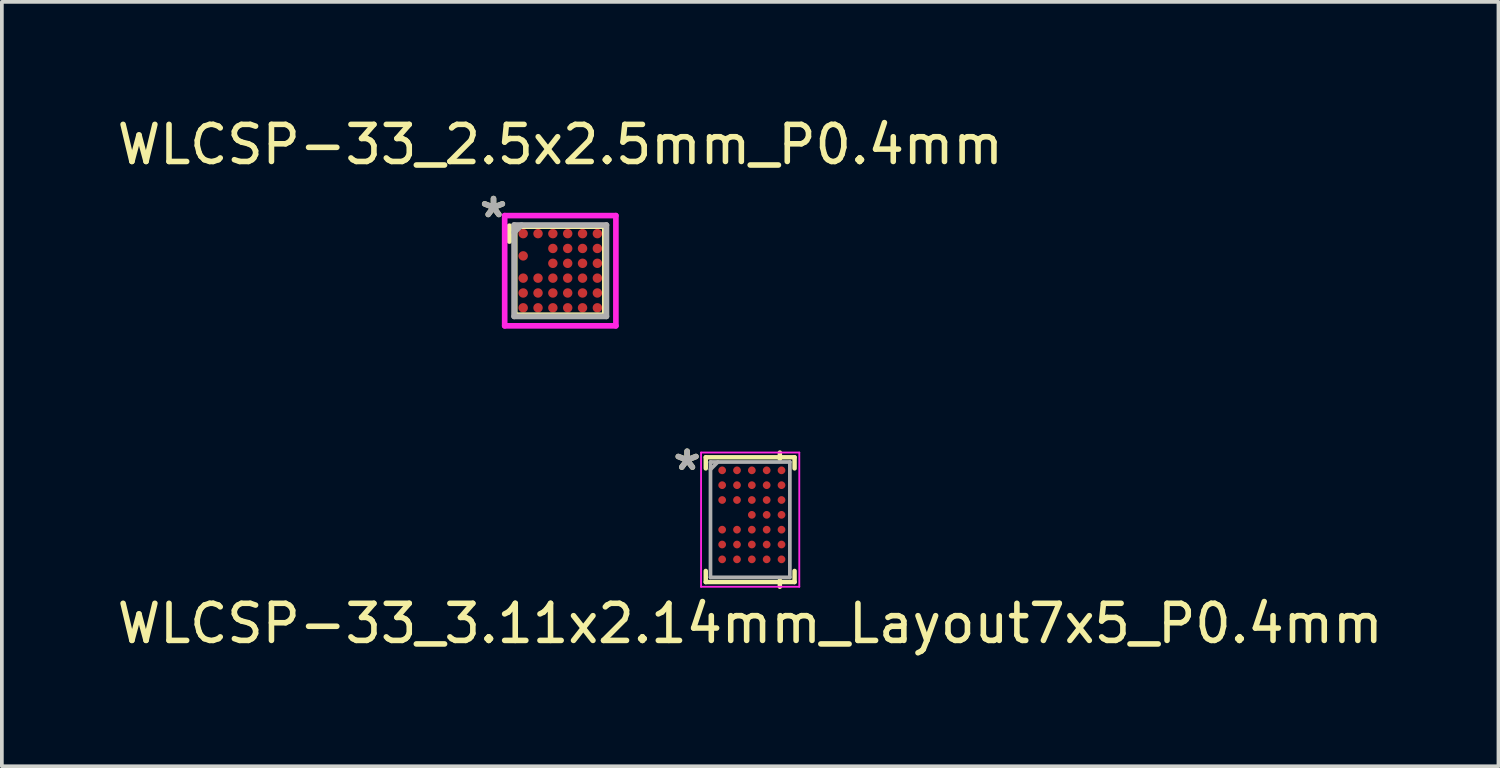
<source format=kicad_pcb>
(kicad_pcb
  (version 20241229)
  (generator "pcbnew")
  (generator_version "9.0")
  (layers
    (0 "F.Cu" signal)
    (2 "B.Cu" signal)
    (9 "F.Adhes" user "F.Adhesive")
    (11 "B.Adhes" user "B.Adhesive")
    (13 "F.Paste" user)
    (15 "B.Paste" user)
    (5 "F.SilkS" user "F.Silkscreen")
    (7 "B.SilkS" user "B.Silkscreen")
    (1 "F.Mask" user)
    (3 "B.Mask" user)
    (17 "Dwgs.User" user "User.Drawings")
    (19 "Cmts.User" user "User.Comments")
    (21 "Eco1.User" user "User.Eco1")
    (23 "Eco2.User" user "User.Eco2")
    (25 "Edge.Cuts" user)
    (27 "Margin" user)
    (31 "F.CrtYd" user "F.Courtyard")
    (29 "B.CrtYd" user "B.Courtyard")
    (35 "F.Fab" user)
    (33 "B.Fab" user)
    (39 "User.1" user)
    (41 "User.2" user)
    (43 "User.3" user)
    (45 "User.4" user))
  (footprint "WLCSP-33_3.11x2.14mm_Layout7x5_P0.4mm"
    (layer "F.Cu")
    (at 17.173 10.959)
    (property "Reference" "WLCSP-33_3.11x2.14mm_Layout7x5_P0.4mm" (at 0 2.8 0) (layer "F.SilkS") (effects (font (size 1 1) (thickness 0.15))))
    (attr through_hole)
    (fp_line (start -1.197 -1.682) (end -1.197 -1.382) (stroke (width 0.12) (type solid)) (layer "F.SilkS"))
    (fp_line (start -1.197 1.382) (end -1.197 1.682) (stroke (width 0.12) (type solid)) (layer "F.SilkS"))
    (fp_line (start -1.197 1.682) (end 1.197 1.682) (stroke (width 0.12) (type solid)) (layer "F.SilkS"))
    (fp_line (start 0.8 -1.637) (end 0.8 -1.809) (stroke (width 0.12) (type solid)) (layer "F.SilkS"))
    (fp_line (start 0.8 1.637) (end 0.8 1.809) (stroke (width 0.12) (type solid)) (layer "F.SilkS"))
    (fp_line (start 1.197 -1.682) (end -1.197 -1.682) (stroke (width 0.12) (type solid)) (layer "F.SilkS"))
    (fp_line (start 1.197 -1.382) (end 1.197 -1.682) (stroke (width 0.12) (type solid)) (layer "F.SilkS"))
    (fp_line (start 1.197 1.682) (end 1.197 1.382) (stroke (width 0.12) (type solid)) (layer "F.SilkS"))
    (fp_line (start -1.324 -1.809) (end 1.324 -1.809) (stroke (width 0.05) (type solid)) (layer "F.CrtYd"))
    (fp_line (start -1.324 1.809) (end -1.324 -1.809) (stroke (width 0.05) (type solid)) (layer "F.CrtYd"))
    (fp_line (start 1.324 -1.809) (end 1.324 1.809) (stroke (width 0.05) (type solid)) (layer "F.CrtYd"))
    (fp_line (start 1.324 1.809) (end -1.324 1.809) (stroke (width 0.05) (type solid)) (layer "F.CrtYd"))
    (fp_line (start -1.07 -1.555) (end -1.07 1.555) (stroke (width 0.1) (type solid)) (layer "F.Fab"))
    (fp_line (start -1.07 1.555) (end 1.07 1.555) (stroke (width 0.1) (type solid)) (layer "F.Fab"))
    (fp_line (start -0.87 -1.555) (end -1.07 -1.355) (stroke (width 0.1) (type solid)) (layer "F.Fab"))
    (fp_line (start 1.07 -1.555) (end -1.07 -1.555) (stroke (width 0.1) (type solid)) (layer "F.Fab"))
    (fp_line (start 1.07 1.555) (end 1.07 -1.555) (stroke (width 0.1) (type solid)) (layer "F.Fab"))
    (fp_text user "*" (at -1.7 -1.3 0) (layer "F.SilkS") (effects (font (size 1 1) (thickness 0.15))))
    (fp_text user "*" (at -1.7 -1.3 0) (layer "F.Fab") (effects (font (size 1 1) (thickness 0.15))))
    (pad "A1" smd circle (at -0.755 -1.33) (size 0.208 0.208) (layers "F.Cu" "F.Mask" "F.Paste"))
    (pad "A2" smd circle (at -0.355 -1.33) (size 0.208 0.208) (layers "F.Cu" "F.Mask" "F.Paste"))
    (pad "A3" smd circle (at 0.045 -1.33) (size 0.208 0.208) (layers "F.Cu" "F.Mask" "F.Paste"))
    (pad "A4" smd circle (at 0.445 -1.33) (size 0.208 0.208) (layers "F.Cu" "F.Mask" "F.Paste"))
    (pad "A5" smd circle (at 0.845 -1.33) (size 0.208 0.208) (layers "F.Cu" "F.Mask" "F.Paste"))
    (pad "B1" smd circle (at -0.755 -0.93) (size 0.208 0.208) (layers "F.Cu" "F.Mask" "F.Paste"))
    (pad "B2" smd circle (at -0.355 -0.93) (size 0.208 0.208) (layers "F.Cu" "F.Mask" "F.Paste"))
    (pad "B3" smd circle (at 0.045 -0.93) (size 0.208 0.208) (layers "F.Cu" "F.Mask" "F.Paste"))
    (pad "B4" smd circle (at 0.445 -0.93) (size 0.208 0.208) (layers "F.Cu" "F.Mask" "F.Paste"))
    (pad "B5" smd circle (at 0.845 -0.93) (size 0.208 0.208) (layers "F.Cu" "F.Mask" "F.Paste"))
    (pad "C1" smd circle (at -0.755 -0.53) (size 0.208 0.208) (layers "F.Cu" "F.Mask" "F.Paste"))
    (pad "C2" smd circle (at -0.355 -0.53) (size 0.208 0.208) (layers "F.Cu" "F.Mask" "F.Paste"))
    (pad "C3" smd circle (at 0.045 -0.53) (size 0.208 0.208) (layers "F.Cu" "F.Mask" "F.Paste"))
    (pad "C4" smd circle (at 0.445 -0.53) (size 0.208 0.208) (layers "F.Cu" "F.Mask" "F.Paste"))
    (pad "C5" smd circle (at 0.845 -0.53) (size 0.208 0.208) (layers "F.Cu" "F.Mask" "F.Paste"))
    (pad "D3" smd circle (at 0.045 -0.13) (size 0.208 0.208) (layers "F.Cu" "F.Mask" "F.Paste"))
    (pad "D4" smd circle (at 0.445 -0.13) (size 0.208 0.208) (layers "F.Cu" "F.Mask" "F.Paste"))
    (pad "D5" smd circle (at 0.845 -0.13) (size 0.208 0.208) (layers "F.Cu" "F.Mask" "F.Paste"))
    (pad "E1" smd circle (at -0.755 0.27) (size 0.208 0.208) (layers "F.Cu" "F.Mask" "F.Paste"))
    (pad "E2" smd circle (at -0.355 0.27) (size 0.208 0.208) (layers "F.Cu" "F.Mask" "F.Paste"))
    (pad "E3" smd circle (at 0.045 0.27) (size 0.208 0.208) (layers "F.Cu" "F.Mask" "F.Paste"))
    (pad "E4" smd circle (at 0.445 0.27) (size 0.208 0.208) (layers "F.Cu" "F.Mask" "F.Paste"))
    (pad "E5" smd circle (at 0.845 0.27) (size 0.208 0.208) (layers "F.Cu" "F.Mask" "F.Paste"))
    (pad "F1" smd circle (at -0.755 0.67) (size 0.208 0.208) (layers "F.Cu" "F.Mask" "F.Paste"))
    (pad "F2" smd circle (at -0.355 0.67) (size 0.208 0.208) (layers "F.Cu" "F.Mask" "F.Paste"))
    (pad "F3" smd circle (at 0.045 0.67) (size 0.208 0.208) (layers "F.Cu" "F.Mask" "F.Paste"))
    (pad "F4" smd circle (at 0.445 0.67) (size 0.208 0.208) (layers "F.Cu" "F.Mask" "F.Paste"))
    (pad "F5" smd circle (at 0.845 0.67) (size 0.208 0.208) (layers "F.Cu" "F.Mask" "F.Paste"))
    (pad "G1" smd circle (at -0.755 1.07) (size 0.208 0.208) (layers "F.Cu" "F.Mask" "F.Paste"))
    (pad "G2" smd circle (at -0.355 1.07) (size 0.208 0.208) (layers "F.Cu" "F.Mask" "F.Paste"))
    (pad "G3" smd circle (at 0.045 1.07) (size 0.208 0.208) (layers "F.Cu" "F.Mask" "F.Paste"))
    (pad "G4" smd circle (at 0.445 1.07) (size 0.208 0.208) (layers "F.Cu" "F.Mask" "F.Paste"))
    (pad "G5" smd circle (at 0.845 1.07) (size 0.208 0.208) (layers "F.Cu" "F.Mask" "F.Paste")))
  (footprint "WLCSP-33_2.5x2.5mm_P0.4mm"
    (layer "F.Cu")
    (at 12.054 4.248)
    (property "Reference" "WLCSP-33_2.5x2.5mm_P0.4mm" (at 0 -3.4 0) (layer "F.SilkS") (effects (font (size 1 1) (thickness 0.15))))
    (attr through_hole)
    (fp_line (start -1.372 -1.2) (end -1.372 -0.8) (stroke (width 0.152) (type solid)) (layer "F.SilkS"))
    (fp_line (start -1.228 1.2) (end -1.228 -1.2) (stroke (width 0.152) (type solid)) (layer "F.SilkS"))
    (fp_line (start -1.2 -1.2) (end 1.2 -1.2) (stroke (width 0.152) (type solid)) (layer "F.SilkS"))
    (fp_line (start -1.2 1.2) (end 1.2 1.2) (stroke (width 0.152) (type solid)) (layer "F.SilkS"))
    (fp_line (start 1.2 1.2) (end 1.2 -1.2) (stroke (width 0.152) (type solid)) (layer "F.SilkS"))
    (fp_line (start -1.499 -1.486) (end 1.499 -1.486) (stroke (width 0.152) (type solid)) (layer "F.CrtYd"))
    (fp_line (start -1.499 1.486) (end -1.499 -1.486) (stroke (width 0.152) (type solid)) (layer "F.CrtYd"))
    (fp_line (start 1.499 -1.486) (end 1.499 1.486) (stroke (width 0.152) (type solid)) (layer "F.CrtYd"))
    (fp_line (start 1.499 1.486) (end -1.499 1.486) (stroke (width 0.152) (type solid)) (layer "F.CrtYd"))
    (fp_line (start -1.245 -1.232) (end -1.245 1.232) (stroke (width 0.152) (type solid)) (layer "F.Fab"))
    (fp_line (start -1.245 1.232) (end 1.245 1.232) (stroke (width 0.152) (type solid)) (layer "F.Fab"))
    (fp_line (start -1.045 -1.232) (end -1.245 -1.032) (stroke (width 0.152) (type solid)) (layer "F.Fab"))
    (fp_line (start 1.245 -1.232) (end -1.245 -1.232) (stroke (width 0.152) (type solid)) (layer "F.Fab"))
    (fp_line (start 1.245 1.232) (end 1.245 -1.232) (stroke (width 0.152) (type solid)) (layer "F.Fab"))
    (fp_text user "*" (at -1.8 -1.4 0) (layer "F.SilkS") (effects (font (size 1 1) (thickness 0.15))))
    (fp_text user "*" (at -1.8 -1.4 0) (layer "F.Fab") (effects (font (size 1 1) (thickness 0.15))))
    (pad "A1" smd circle (at -1 -1) (size 0.254 0.254) (layers "F.Cu" "F.Mask" "F.Paste"))
    (pad "A2" smd circle (at -0.6 -1) (size 0.254 0.254) (layers "F.Cu" "F.Mask" "F.Paste"))
    (pad "A3" smd circle (at -0.2 -1) (size 0.254 0.254) (layers "F.Cu" "F.Mask" "F.Paste"))
    (pad "A4" smd circle (at 0.2 -1) (size 0.254 0.254) (layers "F.Cu" "F.Mask" "F.Paste"))
    (pad "A5" smd circle (at 0.6 -1) (size 0.254 0.254) (layers "F.Cu" "F.Mask" "F.Paste"))
    (pad "A6" smd circle (at 1 -1) (size 0.254 0.254) (layers "F.Cu" "F.Mask" "F.Paste"))
    (pad "B3" smd circle (at -0.2 -0.6) (size 0.254 0.254) (layers "F.Cu" "F.Mask" "F.Paste"))
    (pad "B4" smd circle (at 0.2 -0.6) (size 0.254 0.254) (layers "F.Cu" "F.Mask" "F.Paste"))
    (pad "B5" smd circle (at 0.6 -0.6) (size 0.254 0.254) (layers "F.Cu" "F.Mask" "F.Paste"))
    (pad "B6" smd circle (at 1 -0.6) (size 0.254 0.254) (layers "F.Cu" "F.Mask" "F.Paste"))
    (pad "C1" smd circle (at -1 -0.4) (size 0.254 0.254) (layers "F.Cu" "F.Mask" "F.Paste"))
    (pad "D3" smd circle (at -0.2 -0.2) (size 0.254 0.254) (layers "F.Cu" "F.Mask" "F.Paste"))
    (pad "D4" smd circle (at 0.2 -0.2) (size 0.254 0.254) (layers "F.Cu" "F.Mask" "F.Paste"))
    (pad "D5" smd circle (at 0.6 -0.2) (size 0.254 0.254) (layers "F.Cu" "F.Mask" "F.Paste"))
    (pad "D6" smd circle (at 1 -0.2) (size 0.254 0.254) (layers "F.Cu" "F.Mask" "F.Paste"))
    (pad "E1" smd circle (at -1 0.2) (size 0.254 0.254) (layers "F.Cu" "F.Mask" "F.Paste"))
    (pad "E2" smd circle (at -0.6 0.2) (size 0.254 0.254) (layers "F.Cu" "F.Mask" "F.Paste"))
    (pad "E3" smd circle (at -0.2 0.2) (size 0.254 0.254) (layers "F.Cu" "F.Mask" "F.Paste"))
    (pad "E4" smd circle (at 0.2 0.2) (size 0.254 0.254) (layers "F.Cu" "F.Mask" "F.Paste"))
    (pad "E5" smd circle (at 0.6 0.2) (size 0.254 0.254) (layers "F.Cu" "F.Mask" "F.Paste"))
    (pad "E6" smd circle (at 1 0.2) (size 0.254 0.254) (layers "F.Cu" "F.Mask" "F.Paste"))
    (pad "F1" smd circle (at -1 0.6) (size 0.254 0.254) (layers "F.Cu" "F.Mask" "F.Paste"))
    (pad "F2" smd circle (at -0.6 0.6) (size 0.254 0.254) (layers "F.Cu" "F.Mask" "F.Paste"))
    (pad "F3" smd circle (at -0.2 0.6) (size 0.254 0.254) (layers "F.Cu" "F.Mask" "F.Paste"))
    (pad "F4" smd circle (at 0.2 0.6) (size 0.254 0.254) (layers "F.Cu" "F.Mask" "F.Paste"))
    (pad "F5" smd circle (at 0.6 0.6) (size 0.254 0.254) (layers "F.Cu" "F.Mask" "F.Paste"))
    (pad "F6" smd circle (at 1 0.6) (size 0.254 0.254) (layers "F.Cu" "F.Mask" "F.Paste"))
    (pad "G1" smd circle (at -1 1) (size 0.254 0.254) (layers "F.Cu" "F.Mask" "F.Paste"))
    (pad "G2" smd circle (at -0.6 1) (size 0.254 0.254) (layers "F.Cu" "F.Mask" "F.Paste"))
    (pad "G3" smd circle (at -0.2 1) (size 0.254 0.254) (layers "F.Cu" "F.Mask" "F.Paste"))
    (pad "G4" smd circle (at 0.2 1) (size 0.254 0.254) (layers "F.Cu" "F.Mask" "F.Paste"))
    (pad "G5" smd circle (at 0.6 1) (size 0.254 0.254) (layers "F.Cu" "F.Mask" "F.Paste"))
    (pad "G6" smd circle (at 1 1) (size 0.254 0.254) (layers "F.Cu" "F.Mask" "F.Paste")))
  (gr_rect
    (start -3 -3)
    (end 37.345 17.607)
    (stroke (width 0.1) (type default))
    (fill no)
    (layer "Edge.Cuts")))
</source>
